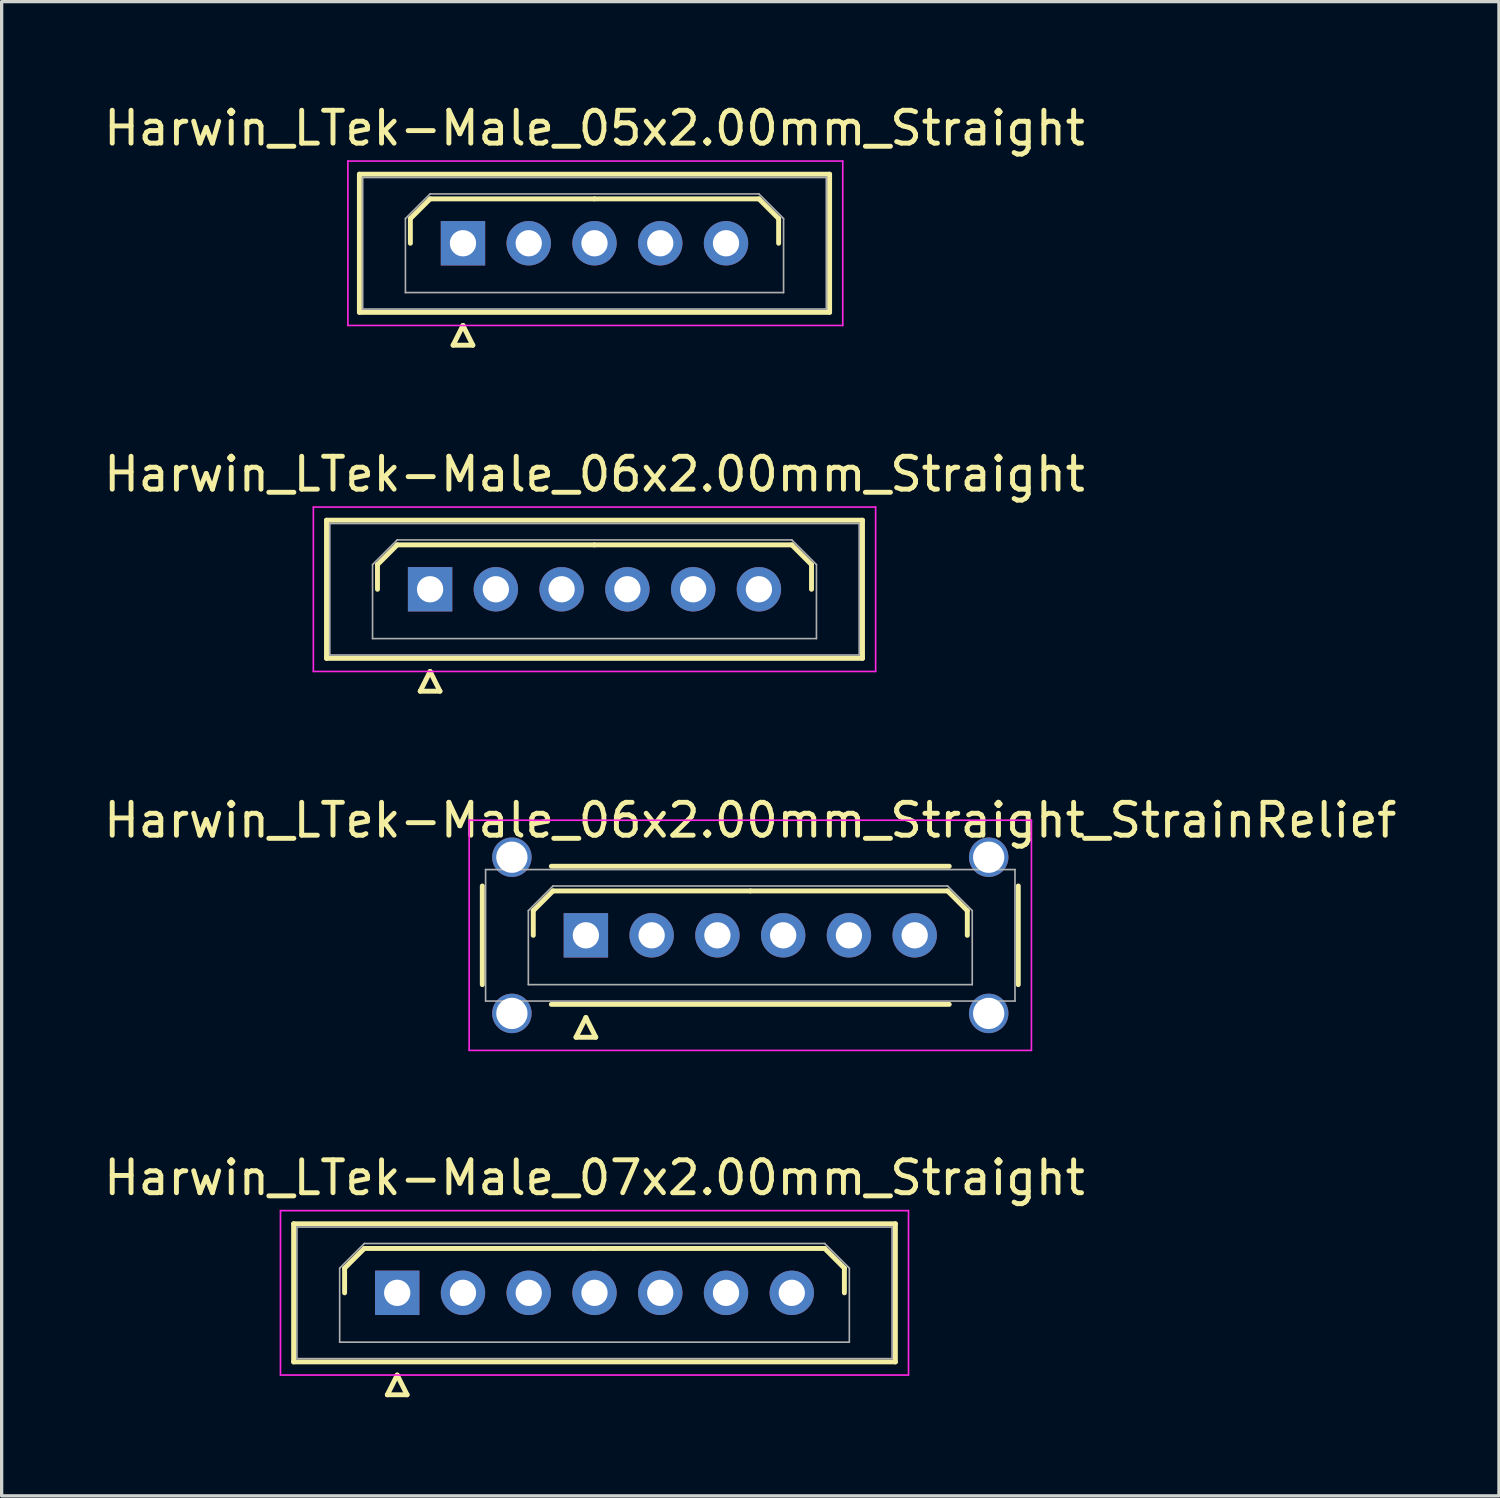
<source format=kicad_pcb>
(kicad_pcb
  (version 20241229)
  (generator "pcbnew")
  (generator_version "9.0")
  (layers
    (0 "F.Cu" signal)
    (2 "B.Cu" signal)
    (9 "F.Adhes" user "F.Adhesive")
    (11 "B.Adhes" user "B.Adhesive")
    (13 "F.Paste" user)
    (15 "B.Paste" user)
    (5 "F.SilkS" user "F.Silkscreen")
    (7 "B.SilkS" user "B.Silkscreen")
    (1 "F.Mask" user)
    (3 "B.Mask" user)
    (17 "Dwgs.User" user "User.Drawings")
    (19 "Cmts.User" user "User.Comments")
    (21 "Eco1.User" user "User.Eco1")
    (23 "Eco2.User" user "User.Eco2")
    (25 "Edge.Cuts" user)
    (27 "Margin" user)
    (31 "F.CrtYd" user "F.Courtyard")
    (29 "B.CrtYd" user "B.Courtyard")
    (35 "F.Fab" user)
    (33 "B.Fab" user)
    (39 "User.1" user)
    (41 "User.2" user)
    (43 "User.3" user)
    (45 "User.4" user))
  (footprint "Harwin_LTek-Male_07x2.00mm_Straight"
    (layer "F.Cu")
    (at 9.03 36.268)
    (property "Reference" "Harwin_LTek-Male_07x2.00mm_Straight" (at 6 -3.5 0) (layer "F.SilkS") (effects (font (size 1 1) (thickness 0.15))))
    (attr through_hole)
    (fp_line (start -3.15 -2.1) (end -3.15 2.1) (stroke (width 0.15) (type solid)) (layer "F.SilkS"))
    (fp_line (start -3.15 2.1) (end 15.15 2.1) (stroke (width 0.15) (type solid)) (layer "F.SilkS"))
    (fp_line (start -1.6 -0.75) (end -1 -1.35) (stroke (width 0.15) (type solid)) (layer "F.SilkS"))
    (fp_line (start -1.6 0) (end -1.6 -0.75) (stroke (width 0.15) (type solid)) (layer "F.SilkS"))
    (fp_line (start -1 -1.35) (end 6 -1.35) (stroke (width 0.15) (type solid)) (layer "F.SilkS"))
    (fp_line (start -0.3 3.1) (end 0.3 3.1) (stroke (width 0.15) (type solid)) (layer "F.SilkS"))
    (fp_line (start 0 2.5) (end -0.3 3.1) (stroke (width 0.15) (type solid)) (layer "F.SilkS"))
    (fp_line (start 0.3 3.1) (end 0 2.5) (stroke (width 0.15) (type solid)) (layer "F.SilkS"))
    (fp_line (start 13 -1.35) (end 6 -1.35) (stroke (width 0.15) (type solid)) (layer "F.SilkS"))
    (fp_line (start 13.6 -0.75) (end 13 -1.35) (stroke (width 0.15) (type solid)) (layer "F.SilkS"))
    (fp_line (start 13.6 0) (end 13.6 -0.75) (stroke (width 0.15) (type solid)) (layer "F.SilkS"))
    (fp_line (start 15.15 -2.1) (end -3.15 -2.1) (stroke (width 0.15) (type solid)) (layer "F.SilkS"))
    (fp_line (start 15.15 2.1) (end 15.15 -2.1) (stroke (width 0.15) (type solid)) (layer "F.SilkS"))
    (fp_line (start -3.55 -2.5) (end -3.55 2.5) (stroke (width 0.05) (type solid)) (layer "F.CrtYd"))
    (fp_line (start -3.55 2.5) (end 15.55 2.5) (stroke (width 0.05) (type solid)) (layer "F.CrtYd"))
    (fp_line (start 15.55 -2.5) (end -3.55 -2.5) (stroke (width 0.05) (type solid)) (layer "F.CrtYd"))
    (fp_line (start 15.55 2.5) (end 15.55 -2.5) (stroke (width 0.05) (type solid)) (layer "F.CrtYd"))
    (fp_line (start -3.05 -2) (end -3.05 2) (stroke (width 0.05) (type solid)) (layer "F.Fab"))
    (fp_line (start -3.05 2) (end 15.05 2) (stroke (width 0.05) (type solid)) (layer "F.Fab"))
    (fp_line (start -1.75 -0.75) (end -1 -1.5) (stroke (width 0.05) (type solid)) (layer "F.Fab"))
    (fp_line (start -1.75 1.5) (end -1.75 -0.75) (stroke (width 0.05) (type solid)) (layer "F.Fab"))
    (fp_line (start -1 -1.5) (end 13 -1.5) (stroke (width 0.05) (type solid)) (layer "F.Fab"))
    (fp_line (start 13 -1.5) (end 13.75 -0.75) (stroke (width 0.05) (type solid)) (layer "F.Fab"))
    (fp_line (start 13.75 -0.75) (end 13.75 1.5) (stroke (width 0.05) (type solid)) (layer "F.Fab"))
    (fp_line (start 13.75 1.5) (end -1.75 1.5) (stroke (width 0.05) (type solid)) (layer "F.Fab"))
    (fp_line (start 15.05 -2) (end -3.05 -2) (stroke (width 0.05) (type solid)) (layer "F.Fab"))
    (fp_line (start 15.05 2) (end 15.05 -2) (stroke (width 0.05) (type solid)) (layer "F.Fab"))
    (pad "1" thru_hole rect (at 0 0) (size 1.35 1.35) (drill 0.8) (layers "*.Cu" "*.Mask"))
    (pad "2" thru_hole circle (at 2 0) (size 1.35 1.35) (drill 0.8) (layers "*.Cu" "*.Mask"))
    (pad "3" thru_hole circle (at 4 0) (size 1.35 1.35) (drill 0.8) (layers "*.Cu" "*.Mask"))
    (pad "4" thru_hole circle (at 6 0) (size 1.35 1.35) (drill 0.8) (layers "*.Cu" "*.Mask"))
    (pad "5" thru_hole circle (at 8 0) (size 1.35 1.35) (drill 0.8) (layers "*.Cu" "*.Mask"))
    (pad "6" thru_hole circle (at 10 0) (size 1.35 1.35) (drill 0.8) (layers "*.Cu" "*.Mask"))
    (pad "7" thru_hole circle (at 12 0) (size 1.35 1.35) (drill 0.8) (layers "*.Cu" "*.Mask")))
  (footprint "Harwin_LTek-Male_06x2.00mm_Straight"
    (layer "F.Cu")
    (at 10.03 14.871)
    (property "Reference" "Harwin_LTek-Male_06x2.00mm_Straight" (at 5 -3.5 0) (layer "F.SilkS") (effects (font (size 1 1) (thickness 0.15))))
    (attr through_hole)
    (fp_line (start -3.15 -2.1) (end -3.15 2.1) (stroke (width 0.15) (type solid)) (layer "F.SilkS"))
    (fp_line (start -3.15 2.1) (end 13.15 2.1) (stroke (width 0.15) (type solid)) (layer "F.SilkS"))
    (fp_line (start -1.6 -0.75) (end -1 -1.35) (stroke (width 0.15) (type solid)) (layer "F.SilkS"))
    (fp_line (start -1.6 0) (end -1.6 -0.75) (stroke (width 0.15) (type solid)) (layer "F.SilkS"))
    (fp_line (start -1 -1.35) (end 5 -1.35) (stroke (width 0.15) (type solid)) (layer "F.SilkS"))
    (fp_line (start -0.3 3.1) (end 0.3 3.1) (stroke (width 0.15) (type solid)) (layer "F.SilkS"))
    (fp_line (start 0 2.5) (end -0.3 3.1) (stroke (width 0.15) (type solid)) (layer "F.SilkS"))
    (fp_line (start 0.3 3.1) (end 0 2.5) (stroke (width 0.15) (type solid)) (layer "F.SilkS"))
    (fp_line (start 11 -1.35) (end 5 -1.35) (stroke (width 0.15) (type solid)) (layer "F.SilkS"))
    (fp_line (start 11.6 -0.75) (end 11 -1.35) (stroke (width 0.15) (type solid)) (layer "F.SilkS"))
    (fp_line (start 11.6 0) (end 11.6 -0.75) (stroke (width 0.15) (type solid)) (layer "F.SilkS"))
    (fp_line (start 13.15 -2.1) (end -3.15 -2.1) (stroke (width 0.15) (type solid)) (layer "F.SilkS"))
    (fp_line (start 13.15 2.1) (end 13.15 -2.1) (stroke (width 0.15) (type solid)) (layer "F.SilkS"))
    (fp_line (start -3.55 -2.5) (end -3.55 2.5) (stroke (width 0.05) (type solid)) (layer "F.CrtYd"))
    (fp_line (start -3.55 2.5) (end 13.55 2.5) (stroke (width 0.05) (type solid)) (layer "F.CrtYd"))
    (fp_line (start 13.55 -2.5) (end -3.55 -2.5) (stroke (width 0.05) (type solid)) (layer "F.CrtYd"))
    (fp_line (start 13.55 2.5) (end 13.55 -2.5) (stroke (width 0.05) (type solid)) (layer "F.CrtYd"))
    (fp_line (start -3.05 -2) (end -3.05 2) (stroke (width 0.05) (type solid)) (layer "F.Fab"))
    (fp_line (start -3.05 2) (end 13.05 2) (stroke (width 0.05) (type solid)) (layer "F.Fab"))
    (fp_line (start -1.75 -0.75) (end -1 -1.5) (stroke (width 0.05) (type solid)) (layer "F.Fab"))
    (fp_line (start -1.75 1.5) (end -1.75 -0.75) (stroke (width 0.05) (type solid)) (layer "F.Fab"))
    (fp_line (start -1 -1.5) (end 11 -1.5) (stroke (width 0.05) (type solid)) (layer "F.Fab"))
    (fp_line (start 11 -1.5) (end 11.75 -0.75) (stroke (width 0.05) (type solid)) (layer "F.Fab"))
    (fp_line (start 11.75 -0.75) (end 11.75 1.5) (stroke (width 0.05) (type solid)) (layer "F.Fab"))
    (fp_line (start 11.75 1.5) (end -1.75 1.5) (stroke (width 0.05) (type solid)) (layer "F.Fab"))
    (fp_line (start 13.05 -2) (end -3.05 -2) (stroke (width 0.05) (type solid)) (layer "F.Fab"))
    (fp_line (start 13.05 2) (end 13.05 -2) (stroke (width 0.05) (type solid)) (layer "F.Fab"))
    (pad "1" thru_hole rect (at 0 0) (size 1.35 1.35) (drill 0.8) (layers "*.Cu" "*.Mask"))
    (pad "2" thru_hole circle (at 2 0) (size 1.35 1.35) (drill 0.8) (layers "*.Cu" "*.Mask"))
    (pad "3" thru_hole circle (at 4 0) (size 1.35 1.35) (drill 0.8) (layers "*.Cu" "*.Mask"))
    (pad "4" thru_hole circle (at 6 0) (size 1.35 1.35) (drill 0.8) (layers "*.Cu" "*.Mask"))
    (pad "5" thru_hole circle (at 8 0) (size 1.35 1.35) (drill 0.8) (layers "*.Cu" "*.Mask"))
    (pad "6" thru_hole circle (at 10 0) (size 1.35 1.35) (drill 0.8) (layers "*.Cu" "*.Mask")))
  (footprint "Harwin_LTek-Male_05x2.00mm_Straight"
    (layer "F.Cu")
    (at 11.03 4.348)
    (property "Reference" "Harwin_LTek-Male_05x2.00mm_Straight" (at 4 -3.5 0) (layer "F.SilkS") (effects (font (size 1 1) (thickness 0.15))))
    (attr through_hole)
    (fp_line (start -3.15 -2.1) (end -3.15 2.1) (stroke (width 0.15) (type solid)) (layer "F.SilkS"))
    (fp_line (start -3.15 2.1) (end 11.15 2.1) (stroke (width 0.15) (type solid)) (layer "F.SilkS"))
    (fp_line (start -1.6 -0.75) (end -1 -1.35) (stroke (width 0.15) (type solid)) (layer "F.SilkS"))
    (fp_line (start -1.6 0) (end -1.6 -0.75) (stroke (width 0.15) (type solid)) (layer "F.SilkS"))
    (fp_line (start -1 -1.35) (end 4 -1.35) (stroke (width 0.15) (type solid)) (layer "F.SilkS"))
    (fp_line (start -0.3 3.1) (end 0.3 3.1) (stroke (width 0.15) (type solid)) (layer "F.SilkS"))
    (fp_line (start 0 2.5) (end -0.3 3.1) (stroke (width 0.15) (type solid)) (layer "F.SilkS"))
    (fp_line (start 0.3 3.1) (end 0 2.5) (stroke (width 0.15) (type solid)) (layer "F.SilkS"))
    (fp_line (start 9 -1.35) (end 4 -1.35) (stroke (width 0.15) (type solid)) (layer "F.SilkS"))
    (fp_line (start 9.6 -0.75) (end 9 -1.35) (stroke (width 0.15) (type solid)) (layer "F.SilkS"))
    (fp_line (start 9.6 0) (end 9.6 -0.75) (stroke (width 0.15) (type solid)) (layer "F.SilkS"))
    (fp_line (start 11.15 -2.1) (end -3.15 -2.1) (stroke (width 0.15) (type solid)) (layer "F.SilkS"))
    (fp_line (start 11.15 2.1) (end 11.15 -2.1) (stroke (width 0.15) (type solid)) (layer "F.SilkS"))
    (fp_line (start -3.5 -2.5) (end -3.5 2.5) (stroke (width 0.05) (type solid)) (layer "F.CrtYd"))
    (fp_line (start -3.5 2.5) (end 11.55 2.5) (stroke (width 0.05) (type solid)) (layer "F.CrtYd"))
    (fp_line (start 11.55 -2.5) (end -3.5 -2.5) (stroke (width 0.05) (type solid)) (layer "F.CrtYd"))
    (fp_line (start 11.55 2.5) (end 11.55 -2.5) (stroke (width 0.05) (type solid)) (layer "F.CrtYd"))
    (fp_line (start -3.05 -2) (end -3.05 2) (stroke (width 0.05) (type solid)) (layer "F.Fab"))
    (fp_line (start -3.05 2) (end 11.05 2) (stroke (width 0.05) (type solid)) (layer "F.Fab"))
    (fp_line (start -1.75 -0.75) (end -1 -1.5) (stroke (width 0.05) (type solid)) (layer "F.Fab"))
    (fp_line (start -1.75 1.5) (end -1.75 -0.75) (stroke (width 0.05) (type solid)) (layer "F.Fab"))
    (fp_line (start -1 -1.5) (end 9 -1.5) (stroke (width 0.05) (type solid)) (layer "F.Fab"))
    (fp_line (start 9 -1.5) (end 9.75 -0.75) (stroke (width 0.05) (type solid)) (layer "F.Fab"))
    (fp_line (start 9.75 -0.75) (end 9.75 1.5) (stroke (width 0.05) (type solid)) (layer "F.Fab"))
    (fp_line (start 9.75 1.5) (end -1.75 1.5) (stroke (width 0.05) (type solid)) (layer "F.Fab"))
    (fp_line (start 11.05 -2) (end -3.05 -2) (stroke (width 0.05) (type solid)) (layer "F.Fab"))
    (fp_line (start 11.05 2) (end 11.05 -2) (stroke (width 0.05) (type solid)) (layer "F.Fab"))
    (pad "1" thru_hole rect (at 0 0) (size 1.35 1.35) (drill 0.8) (layers "*.Cu" "*.Mask"))
    (pad "2" thru_hole circle (at 2 0) (size 1.35 1.35) (drill 0.8) (layers "*.Cu" "*.Mask"))
    (pad "3" thru_hole circle (at 4 0) (size 1.35 1.35) (drill 0.8) (layers "*.Cu" "*.Mask"))
    (pad "4" thru_hole circle (at 6 0) (size 1.35 1.35) (drill 0.8) (layers "*.Cu" "*.Mask"))
    (pad "5" thru_hole circle (at 8 0) (size 1.35 1.35) (drill 0.8) (layers "*.Cu" "*.Mask")))
  (footprint "Harwin_LTek-Male_06x2.00mm_Straight_StrainRelief"
    (layer "F.Cu")
    (at 14.768 25.395)
    (property "Reference" "Harwin_LTek-Male_06x2.00mm_Straight_StrainRelief" (at 5 -3.5 0) (layer "F.SilkS") (effects (font (size 1 1) (thickness 0.15))))
    (attr through_hole)
    (fp_line (start -3.15 -1.5) (end -3.15 1.5) (stroke (width 0.15) (type solid)) (layer "F.SilkS"))
    (fp_line (start -1.6 -0.75) (end -1 -1.35) (stroke (width 0.15) (type solid)) (layer "F.SilkS"))
    (fp_line (start -1.6 0) (end -1.6 -0.75) (stroke (width 0.15) (type solid)) (layer "F.SilkS"))
    (fp_line (start -1.05 -2.1) (end 11.05 -2.1) (stroke (width 0.15) (type solid)) (layer "F.SilkS"))
    (fp_line (start -1.05 2.1) (end 11.05 2.1) (stroke (width 0.15) (type solid)) (layer "F.SilkS"))
    (fp_line (start -1 -1.35) (end 5 -1.35) (stroke (width 0.15) (type solid)) (layer "F.SilkS"))
    (fp_line (start -0.3 3.1) (end 0.3 3.1) (stroke (width 0.15) (type solid)) (layer "F.SilkS"))
    (fp_line (start 0 2.5) (end -0.3 3.1) (stroke (width 0.15) (type solid)) (layer "F.SilkS"))
    (fp_line (start 0.3 3.1) (end 0 2.5) (stroke (width 0.15) (type solid)) (layer "F.SilkS"))
    (fp_line (start 11 -1.35) (end 5 -1.35) (stroke (width 0.15) (type solid)) (layer "F.SilkS"))
    (fp_line (start 11.6 -0.75) (end 11 -1.35) (stroke (width 0.15) (type solid)) (layer "F.SilkS"))
    (fp_line (start 11.6 0) (end 11.6 -0.75) (stroke (width 0.15) (type solid)) (layer "F.SilkS"))
    (fp_line (start 13.15 -1.5) (end 13.15 1.5) (stroke (width 0.15) (type solid)) (layer "F.SilkS"))
    (fp_line (start -3.55 -3.5) (end -3.55 3.5) (stroke (width 0.05) (type solid)) (layer "F.CrtYd"))
    (fp_line (start -3.55 3.5) (end 13.55 3.5) (stroke (width 0.05) (type solid)) (layer "F.CrtYd"))
    (fp_line (start 13.55 -3.5) (end -3.55 -3.5) (stroke (width 0.05) (type solid)) (layer "F.CrtYd"))
    (fp_line (start 13.55 3.5) (end 13.55 -3.5) (stroke (width 0.05) (type solid)) (layer "F.CrtYd"))
    (fp_line (start -3.05 -2) (end -3.05 2) (stroke (width 0.05) (type solid)) (layer "F.Fab"))
    (fp_line (start -3.05 2) (end 13.05 2) (stroke (width 0.05) (type solid)) (layer "F.Fab"))
    (fp_line (start -1.75 -0.75) (end -1 -1.5) (stroke (width 0.05) (type solid)) (layer "F.Fab"))
    (fp_line (start -1.75 1.5) (end -1.75 -0.75) (stroke (width 0.05) (type solid)) (layer "F.Fab"))
    (fp_line (start -1 -1.5) (end 11 -1.5) (stroke (width 0.05) (type solid)) (layer "F.Fab"))
    (fp_line (start 11 -1.5) (end 11.75 -0.75) (stroke (width 0.05) (type solid)) (layer "F.Fab"))
    (fp_line (start 11.75 -0.75) (end 11.75 1.5) (stroke (width 0.05) (type solid)) (layer "F.Fab"))
    (fp_line (start 11.75 1.5) (end -1.75 1.5) (stroke (width 0.05) (type solid)) (layer "F.Fab"))
    (fp_line (start 13.05 -2) (end -3.05 -2) (stroke (width 0.05) (type solid)) (layer "F.Fab"))
    (fp_line (start 13.05 2) (end 13.05 -2) (stroke (width 0.05) (type solid)) (layer "F.Fab"))
    (pad "" thru_hole circle (at -2.25 -2.375) (size 1.2 1.2) (drill 0.95) (layers "*.Cu" "*.Mask"))
    (pad "" thru_hole circle (at -2.25 2.375) (size 1.2 1.2) (drill 0.95) (layers "*.Cu" "*.Mask"))
    (pad "" thru_hole circle (at 12.25 -2.375) (size 1.2 1.2) (drill 0.95) (layers "*.Cu" "*.Mask"))
    (pad "" thru_hole circle (at 12.25 2.375) (size 1.2 1.2) (drill 0.95) (layers "*.Cu" "*.Mask"))
    (pad "1" thru_hole rect (at 0 0) (size 1.35 1.35) (drill 0.8) (layers "*.Cu" "*.Mask"))
    (pad "2" thru_hole circle (at 2 0) (size 1.35 1.35) (drill 0.8) (layers "*.Cu" "*.Mask"))
    (pad "3" thru_hole circle (at 4 0) (size 1.35 1.35) (drill 0.8) (layers "*.Cu" "*.Mask"))
    (pad "4" thru_hole circle (at 6 0) (size 1.35 1.35) (drill 0.8) (layers "*.Cu" "*.Mask"))
    (pad "5" thru_hole circle (at 8 0) (size 1.35 1.35) (drill 0.8) (layers "*.Cu" "*.Mask"))
    (pad "6" thru_hole circle (at 10 0) (size 1.35 1.35) (drill 0.8) (layers "*.Cu" "*.Mask")))
  (gr_rect
    (start -3 -3)
    (end 42.536 42.443)
    (stroke (width 0.1) (type default))
    (fill no)
    (layer "Edge.Cuts")))
</source>
